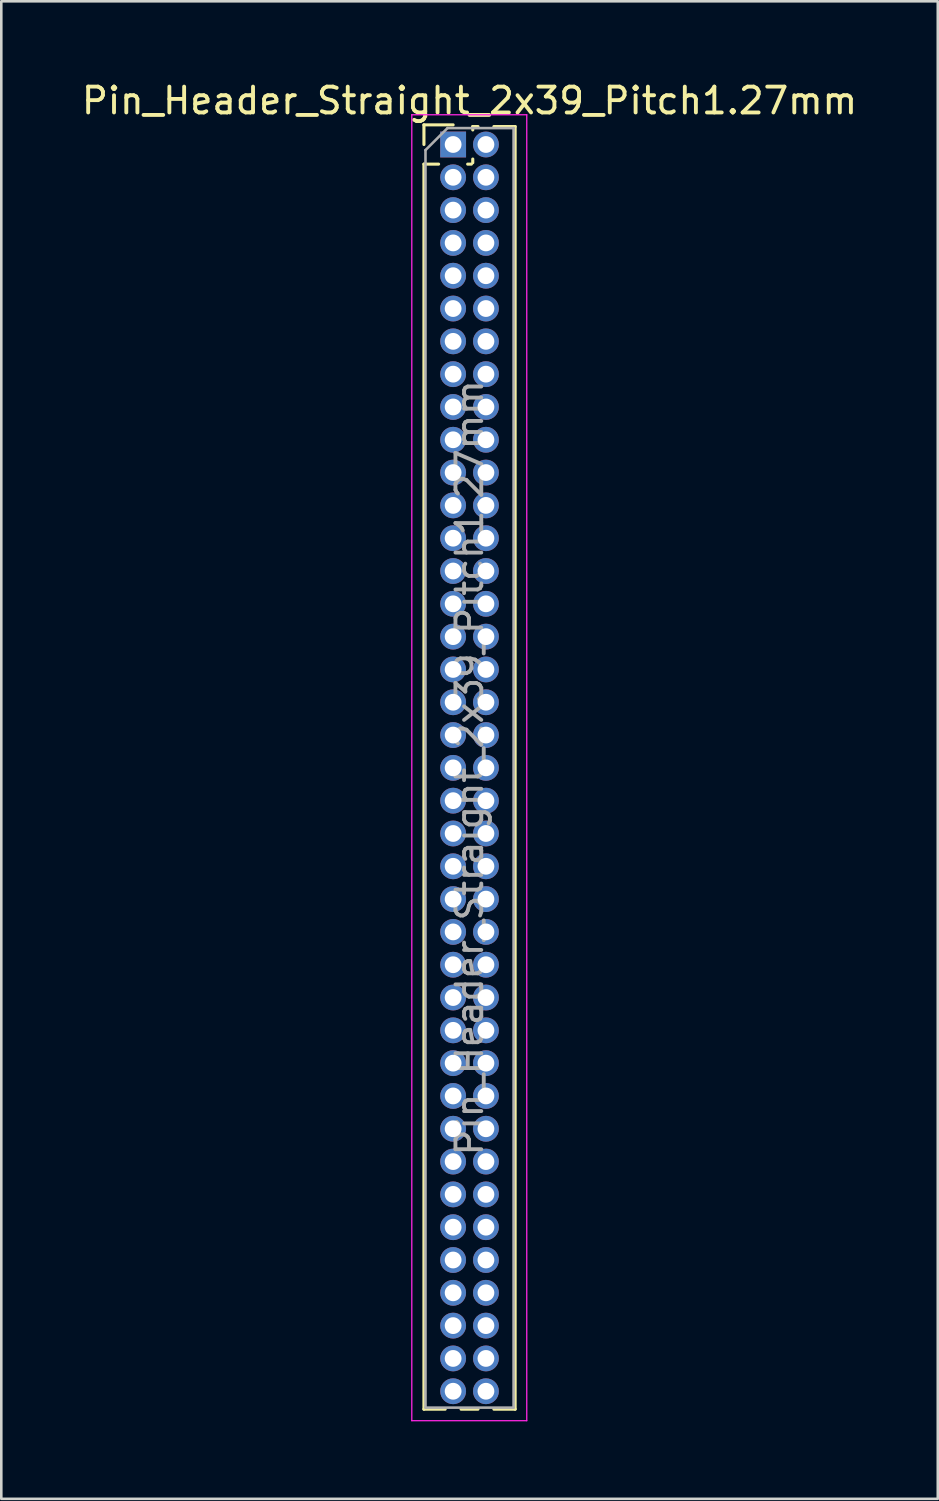
<source format=kicad_pcb>
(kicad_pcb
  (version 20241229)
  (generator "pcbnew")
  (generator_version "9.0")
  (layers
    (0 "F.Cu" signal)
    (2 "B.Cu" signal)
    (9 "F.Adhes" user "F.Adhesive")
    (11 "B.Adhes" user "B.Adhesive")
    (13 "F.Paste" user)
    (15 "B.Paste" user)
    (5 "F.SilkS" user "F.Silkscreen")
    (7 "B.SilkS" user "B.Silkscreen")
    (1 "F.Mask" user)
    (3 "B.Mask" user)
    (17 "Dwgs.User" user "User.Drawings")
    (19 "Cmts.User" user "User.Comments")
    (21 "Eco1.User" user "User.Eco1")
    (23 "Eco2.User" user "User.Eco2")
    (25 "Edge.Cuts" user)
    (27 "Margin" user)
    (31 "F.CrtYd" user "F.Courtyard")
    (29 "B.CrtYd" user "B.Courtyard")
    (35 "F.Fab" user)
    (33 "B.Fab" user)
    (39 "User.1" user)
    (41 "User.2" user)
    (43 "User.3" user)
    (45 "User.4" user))
  (footprint "Pin_Header_Straight_2x39_Pitch1.27mm"
    (layer "F.Cu")
    (at 14.49 2.543)
    (property "Reference" "Pin_Header_Straight_2x39_Pitch1.27mm" (at 0.635 -1.695 0) (layer "F.SilkS") (effects (font (size 1 1) (thickness 0.15))))
    (attr through_hole)
    (fp_line (start -1.13 -0.76) (end 0 -0.76) (stroke (width 0.12) (type solid)) (layer "F.SilkS"))
    (fp_line (start -1.13 0) (end -1.13 -0.76) (stroke (width 0.12) (type solid)) (layer "F.SilkS"))
    (fp_line (start -1.13 0.76) (end -1.13 48.955) (stroke (width 0.12) (type solid)) (layer "F.SilkS"))
    (fp_line (start -1.13 0.76) (end -0.563 0.76) (stroke (width 0.12) (type solid)) (layer "F.SilkS"))
    (fp_line (start -1.13 48.955) (end -0.308 48.955) (stroke (width 0.12) (type solid)) (layer "F.SilkS"))
    (fp_line (start 0.308 48.955) (end 0.962 48.955) (stroke (width 0.12) (type solid)) (layer "F.SilkS"))
    (fp_line (start 0.563 0.76) (end 0.707 0.76) (stroke (width 0.12) (type solid)) (layer "F.SilkS"))
    (fp_line (start 0.76 -0.695) (end 0.962 -0.695) (stroke (width 0.12) (type solid)) (layer "F.SilkS"))
    (fp_line (start 0.76 -0.563) (end 0.76 -0.695) (stroke (width 0.12) (type solid)) (layer "F.SilkS"))
    (fp_line (start 0.76 0.707) (end 0.76 0.563) (stroke (width 0.12) (type solid)) (layer "F.SilkS"))
    (fp_line (start 1.578 -0.695) (end 2.4 -0.695) (stroke (width 0.12) (type solid)) (layer "F.SilkS"))
    (fp_line (start 1.578 48.955) (end 2.4 48.955) (stroke (width 0.12) (type solid)) (layer "F.SilkS"))
    (fp_line (start 2.4 -0.695) (end 2.4 48.955) (stroke (width 0.12) (type solid)) (layer "F.SilkS"))
    (fp_line (start -1.6 -1.15) (end -1.6 49.4) (stroke (width 0.05) (type solid)) (layer "F.CrtYd"))
    (fp_line (start -1.6 49.4) (end 2.85 49.4) (stroke (width 0.05) (type solid)) (layer "F.CrtYd"))
    (fp_line (start 2.85 -1.15) (end -1.6 -1.15) (stroke (width 0.05) (type solid)) (layer "F.CrtYd"))
    (fp_line (start 2.85 49.4) (end 2.85 -1.15) (stroke (width 0.05) (type solid)) (layer "F.CrtYd"))
    (fp_line (start -1.07 0.217) (end -0.217 -0.635) (stroke (width 0.1) (type solid)) (layer "F.Fab"))
    (fp_line (start -1.07 48.895) (end -1.07 0.217) (stroke (width 0.1) (type solid)) (layer "F.Fab"))
    (fp_line (start -0.217 -0.635) (end 2.34 -0.635) (stroke (width 0.1) (type solid)) (layer "F.Fab"))
    (fp_line (start 2.34 -0.635) (end 2.34 48.895) (stroke (width 0.1) (type solid)) (layer "F.Fab"))
    (fp_line (start 2.34 48.895) (end -1.07 48.895) (stroke (width 0.1) (type solid)) (layer "F.Fab"))
    (fp_text user "${REFERENCE}" (at 0.635 24.13 90) (layer "F.Fab") (effects (font (size 1 1) (thickness 0.15))))
    (pad "1" thru_hole rect (at 0 0) (size 1 1) (drill 0.65) (layers "*.Cu" "*.Mask"))
    (pad "2" thru_hole oval (at 1.27 0) (size 1 1) (drill 0.65) (layers "*.Cu" "*.Mask"))
    (pad "3" thru_hole oval (at 0 1.27) (size 1 1) (drill 0.65) (layers "*.Cu" "*.Mask"))
    (pad "4" thru_hole oval (at 1.27 1.27) (size 1 1) (drill 0.65) (layers "*.Cu" "*.Mask"))
    (pad "5" thru_hole oval (at 0 2.54) (size 1 1) (drill 0.65) (layers "*.Cu" "*.Mask"))
    (pad "6" thru_hole oval (at 1.27 2.54) (size 1 1) (drill 0.65) (layers "*.Cu" "*.Mask"))
    (pad "7" thru_hole oval (at 0 3.81) (size 1 1) (drill 0.65) (layers "*.Cu" "*.Mask"))
    (pad "8" thru_hole oval (at 1.27 3.81) (size 1 1) (drill 0.65) (layers "*.Cu" "*.Mask"))
    (pad "9" thru_hole oval (at 0 5.08) (size 1 1) (drill 0.65) (layers "*.Cu" "*.Mask"))
    (pad "10" thru_hole oval (at 1.27 5.08) (size 1 1) (drill 0.65) (layers "*.Cu" "*.Mask"))
    (pad "11" thru_hole oval (at 0 6.35) (size 1 1) (drill 0.65) (layers "*.Cu" "*.Mask"))
    (pad "12" thru_hole oval (at 1.27 6.35) (size 1 1) (drill 0.65) (layers "*.Cu" "*.Mask"))
    (pad "13" thru_hole oval (at 0 7.62) (size 1 1) (drill 0.65) (layers "*.Cu" "*.Mask"))
    (pad "14" thru_hole oval (at 1.27 7.62) (size 1 1) (drill 0.65) (layers "*.Cu" "*.Mask"))
    (pad "15" thru_hole oval (at 0 8.89) (size 1 1) (drill 0.65) (layers "*.Cu" "*.Mask"))
    (pad "16" thru_hole oval (at 1.27 8.89) (size 1 1) (drill 0.65) (layers "*.Cu" "*.Mask"))
    (pad "17" thru_hole oval (at 0 10.16) (size 1 1) (drill 0.65) (layers "*.Cu" "*.Mask"))
    (pad "18" thru_hole oval (at 1.27 10.16) (size 1 1) (drill 0.65) (layers "*.Cu" "*.Mask"))
    (pad "19" thru_hole oval (at 0 11.43) (size 1 1) (drill 0.65) (layers "*.Cu" "*.Mask"))
    (pad "20" thru_hole oval (at 1.27 11.43) (size 1 1) (drill 0.65) (layers "*.Cu" "*.Mask"))
    (pad "21" thru_hole oval (at 0 12.7) (size 1 1) (drill 0.65) (layers "*.Cu" "*.Mask"))
    (pad "22" thru_hole oval (at 1.27 12.7) (size 1 1) (drill 0.65) (layers "*.Cu" "*.Mask"))
    (pad "23" thru_hole oval (at 0 13.97) (size 1 1) (drill 0.65) (layers "*.Cu" "*.Mask"))
    (pad "24" thru_hole oval (at 1.27 13.97) (size 1 1) (drill 0.65) (layers "*.Cu" "*.Mask"))
    (pad "25" thru_hole oval (at 0 15.24) (size 1 1) (drill 0.65) (layers "*.Cu" "*.Mask"))
    (pad "26" thru_hole oval (at 1.27 15.24) (size 1 1) (drill 0.65) (layers "*.Cu" "*.Mask"))
    (pad "27" thru_hole oval (at 0 16.51) (size 1 1) (drill 0.65) (layers "*.Cu" "*.Mask"))
    (pad "28" thru_hole oval (at 1.27 16.51) (size 1 1) (drill 0.65) (layers "*.Cu" "*.Mask"))
    (pad "29" thru_hole oval (at 0 17.78) (size 1 1) (drill 0.65) (layers "*.Cu" "*.Mask"))
    (pad "30" thru_hole oval (at 1.27 17.78) (size 1 1) (drill 0.65) (layers "*.Cu" "*.Mask"))
    (pad "31" thru_hole oval (at 0 19.05) (size 1 1) (drill 0.65) (layers "*.Cu" "*.Mask"))
    (pad "32" thru_hole oval (at 1.27 19.05) (size 1 1) (drill 0.65) (layers "*.Cu" "*.Mask"))
    (pad "33" thru_hole oval (at 0 20.32) (size 1 1) (drill 0.65) (layers "*.Cu" "*.Mask"))
    (pad "34" thru_hole oval (at 1.27 20.32) (size 1 1) (drill 0.65) (layers "*.Cu" "*.Mask"))
    (pad "35" thru_hole oval (at 0 21.59) (size 1 1) (drill 0.65) (layers "*.Cu" "*.Mask"))
    (pad "36" thru_hole oval (at 1.27 21.59) (size 1 1) (drill 0.65) (layers "*.Cu" "*.Mask"))
    (pad "37" thru_hole oval (at 0 22.86) (size 1 1) (drill 0.65) (layers "*.Cu" "*.Mask"))
    (pad "38" thru_hole oval (at 1.27 22.86) (size 1 1) (drill 0.65) (layers "*.Cu" "*.Mask"))
    (pad "39" thru_hole oval (at 0 24.13) (size 1 1) (drill 0.65) (layers "*.Cu" "*.Mask"))
    (pad "40" thru_hole oval (at 1.27 24.13) (size 1 1) (drill 0.65) (layers "*.Cu" "*.Mask"))
    (pad "41" thru_hole oval (at 0 25.4) (size 1 1) (drill 0.65) (layers "*.Cu" "*.Mask"))
    (pad "42" thru_hole oval (at 1.27 25.4) (size 1 1) (drill 0.65) (layers "*.Cu" "*.Mask"))
    (pad "43" thru_hole oval (at 0 26.67) (size 1 1) (drill 0.65) (layers "*.Cu" "*.Mask"))
    (pad "44" thru_hole oval (at 1.27 26.67) (size 1 1) (drill 0.65) (layers "*.Cu" "*.Mask"))
    (pad "45" thru_hole oval (at 0 27.94) (size 1 1) (drill 0.65) (layers "*.Cu" "*.Mask"))
    (pad "46" thru_hole oval (at 1.27 27.94) (size 1 1) (drill 0.65) (layers "*.Cu" "*.Mask"))
    (pad "47" thru_hole oval (at 0 29.21) (size 1 1) (drill 0.65) (layers "*.Cu" "*.Mask"))
    (pad "48" thru_hole oval (at 1.27 29.21) (size 1 1) (drill 0.65) (layers "*.Cu" "*.Mask"))
    (pad "49" thru_hole oval (at 0 30.48) (size 1 1) (drill 0.65) (layers "*.Cu" "*.Mask"))
    (pad "50" thru_hole oval (at 1.27 30.48) (size 1 1) (drill 0.65) (layers "*.Cu" "*.Mask"))
    (pad "51" thru_hole oval (at 0 31.75) (size 1 1) (drill 0.65) (layers "*.Cu" "*.Mask"))
    (pad "52" thru_hole oval (at 1.27 31.75) (size 1 1) (drill 0.65) (layers "*.Cu" "*.Mask"))
    (pad "53" thru_hole oval (at 0 33.02) (size 1 1) (drill 0.65) (layers "*.Cu" "*.Mask"))
    (pad "54" thru_hole oval (at 1.27 33.02) (size 1 1) (drill 0.65) (layers "*.Cu" "*.Mask"))
    (pad "55" thru_hole oval (at 0 34.29) (size 1 1) (drill 0.65) (layers "*.Cu" "*.Mask"))
    (pad "56" thru_hole oval (at 1.27 34.29) (size 1 1) (drill 0.65) (layers "*.Cu" "*.Mask"))
    (pad "57" thru_hole oval (at 0 35.56) (size 1 1) (drill 0.65) (layers "*.Cu" "*.Mask"))
    (pad "58" thru_hole oval (at 1.27 35.56) (size 1 1) (drill 0.65) (layers "*.Cu" "*.Mask"))
    (pad "59" thru_hole oval (at 0 36.83) (size 1 1) (drill 0.65) (layers "*.Cu" "*.Mask"))
    (pad "60" thru_hole oval (at 1.27 36.83) (size 1 1) (drill 0.65) (layers "*.Cu" "*.Mask"))
    (pad "61" thru_hole oval (at 0 38.1) (size 1 1) (drill 0.65) (layers "*.Cu" "*.Mask"))
    (pad "62" thru_hole oval (at 1.27 38.1) (size 1 1) (drill 0.65) (layers "*.Cu" "*.Mask"))
    (pad "63" thru_hole oval (at 0 39.37) (size 1 1) (drill 0.65) (layers "*.Cu" "*.Mask"))
    (pad "64" thru_hole oval (at 1.27 39.37) (size 1 1) (drill 0.65) (layers "*.Cu" "*.Mask"))
    (pad "65" thru_hole oval (at 0 40.64) (size 1 1) (drill 0.65) (layers "*.Cu" "*.Mask"))
    (pad "66" thru_hole oval (at 1.27 40.64) (size 1 1) (drill 0.65) (layers "*.Cu" "*.Mask"))
    (pad "67" thru_hole oval (at 0 41.91) (size 1 1) (drill 0.65) (layers "*.Cu" "*.Mask"))
    (pad "68" thru_hole oval (at 1.27 41.91) (size 1 1) (drill 0.65) (layers "*.Cu" "*.Mask"))
    (pad "69" thru_hole oval (at 0 43.18) (size 1 1) (drill 0.65) (layers "*.Cu" "*.Mask"))
    (pad "70" thru_hole oval (at 1.27 43.18) (size 1 1) (drill 0.65) (layers "*.Cu" "*.Mask"))
    (pad "71" thru_hole oval (at 0 44.45) (size 1 1) (drill 0.65) (layers "*.Cu" "*.Mask"))
    (pad "72" thru_hole oval (at 1.27 44.45) (size 1 1) (drill 0.65) (layers "*.Cu" "*.Mask"))
    (pad "73" thru_hole oval (at 0 45.72) (size 1 1) (drill 0.65) (layers "*.Cu" "*.Mask"))
    (pad "74" thru_hole oval (at 1.27 45.72) (size 1 1) (drill 0.65) (layers "*.Cu" "*.Mask"))
    (pad "75" thru_hole oval (at 0 46.99) (size 1 1) (drill 0.65) (layers "*.Cu" "*.Mask"))
    (pad "76" thru_hole oval (at 1.27 46.99) (size 1 1) (drill 0.65) (layers "*.Cu" "*.Mask"))
    (pad "77" thru_hole oval (at 0 48.26) (size 1 1) (drill 0.65) (layers "*.Cu" "*.Mask"))
    (pad "78" thru_hole oval (at 1.27 48.26) (size 1 1) (drill 0.65) (layers "*.Cu" "*.Mask")))
  (gr_rect
    (start -3 -3)
    (end 33.25 54.968)
    (stroke (width 0.1) (type default))
    (fill no)
    (layer "Edge.Cuts")))
</source>
